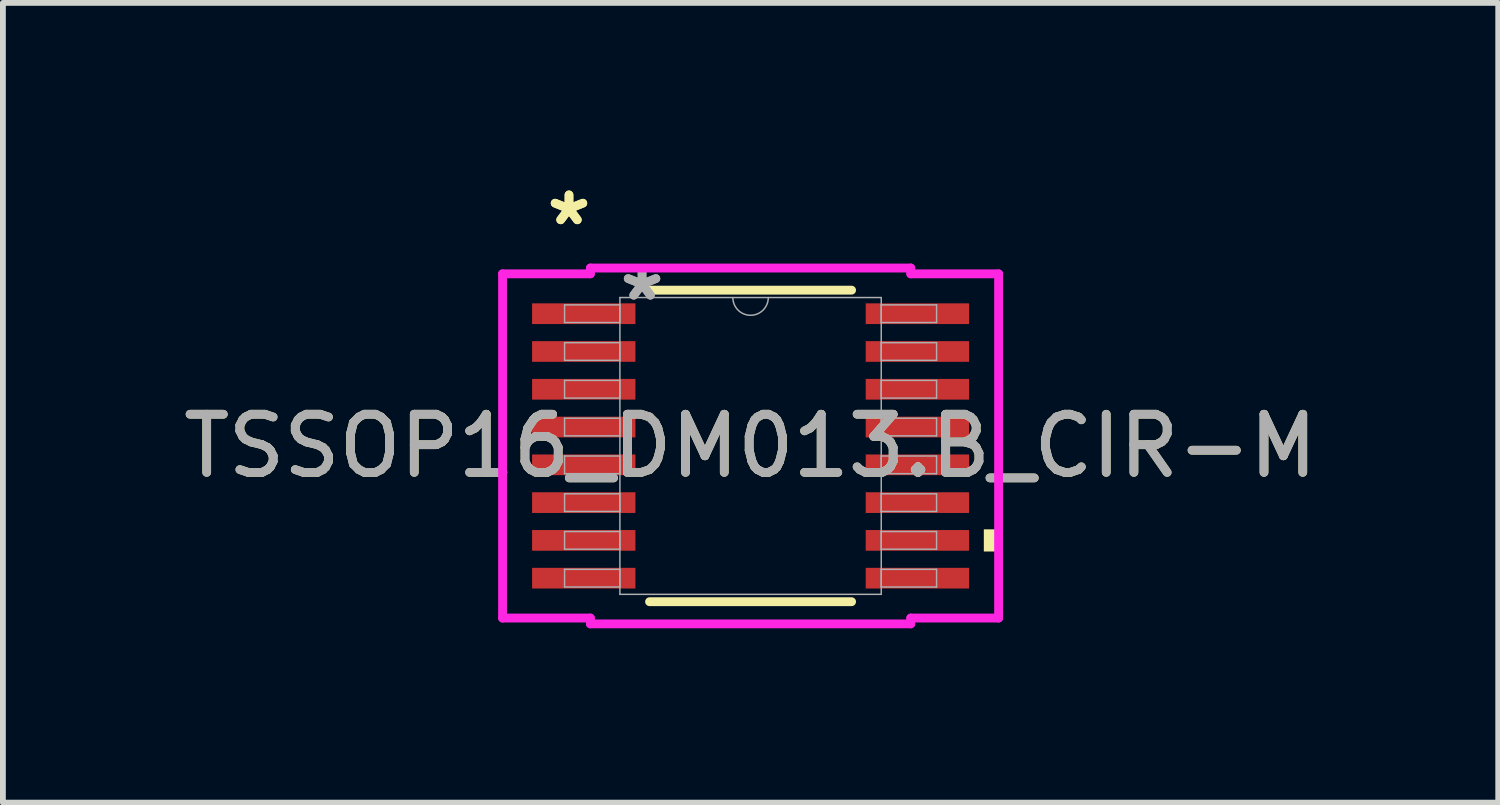
<source format=kicad_pcb>
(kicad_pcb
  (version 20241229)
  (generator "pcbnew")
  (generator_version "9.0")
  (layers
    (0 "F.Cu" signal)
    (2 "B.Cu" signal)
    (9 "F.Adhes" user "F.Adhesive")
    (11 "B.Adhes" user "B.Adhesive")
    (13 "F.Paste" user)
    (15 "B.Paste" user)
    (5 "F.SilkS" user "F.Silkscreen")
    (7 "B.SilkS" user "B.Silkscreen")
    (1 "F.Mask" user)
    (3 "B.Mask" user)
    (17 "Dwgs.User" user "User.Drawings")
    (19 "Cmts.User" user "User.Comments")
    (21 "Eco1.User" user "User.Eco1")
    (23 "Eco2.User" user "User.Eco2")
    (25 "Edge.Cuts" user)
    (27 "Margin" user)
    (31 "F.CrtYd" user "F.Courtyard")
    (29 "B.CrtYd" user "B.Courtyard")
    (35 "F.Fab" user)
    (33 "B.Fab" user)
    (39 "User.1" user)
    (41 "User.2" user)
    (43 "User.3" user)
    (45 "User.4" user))
  (footprint "TSSOP16_DM013.B_CIR-M"
    (layer "F.Cu")
    (at 9.863 4.622)
    (property "Reference" "TSSOP16_DM013.B_CIR-M" (at 0 0 0) (unlocked yes) (layer "F.SilkS") (effects (font (size 1 1) (thickness 0.15))))
    (attr smd)
    (fp_line (start -1.738 2.68) (end 1.738 2.68) (stroke (width 0.152) (type solid)) (layer "F.SilkS"))
    (fp_line (start 1.738 -2.68) (end -1.738 -2.68) (stroke (width 0.152) (type solid)) (layer "F.SilkS"))
    (fp_poly (pts (xy 4.267 1.435) (xy 4.267 1.816) (xy 4.013 1.816) (xy 4.013 1.435)) (stroke (width 0) (type solid)) (fill yes) (layer "F.SilkS"))
    (fp_line (start -4.267 -2.961) (end -2.756 -2.961) (stroke (width 0.152) (type solid)) (layer "F.CrtYd"))
    (fp_line (start -4.267 2.961) (end -4.267 -2.961) (stroke (width 0.152) (type solid)) (layer "F.CrtYd"))
    (fp_line (start -4.267 2.961) (end -2.756 2.961) (stroke (width 0.152) (type solid)) (layer "F.CrtYd"))
    (fp_line (start -2.756 -3.061) (end 2.756 -3.061) (stroke (width 0.152) (type solid)) (layer "F.CrtYd"))
    (fp_line (start -2.756 -2.961) (end -2.756 -3.061) (stroke (width 0.152) (type solid)) (layer "F.CrtYd"))
    (fp_line (start -2.756 3.061) (end -2.756 2.961) (stroke (width 0.152) (type solid)) (layer "F.CrtYd"))
    (fp_line (start 2.756 -3.061) (end 2.756 -2.961) (stroke (width 0.152) (type solid)) (layer "F.CrtYd"))
    (fp_line (start 2.756 2.961) (end 2.756 3.061) (stroke (width 0.152) (type solid)) (layer "F.CrtYd"))
    (fp_line (start 2.756 3.061) (end -2.756 3.061) (stroke (width 0.152) (type solid)) (layer "F.CrtYd"))
    (fp_line (start 4.267 -2.961) (end 2.756 -2.961) (stroke (width 0.152) (type solid)) (layer "F.CrtYd"))
    (fp_line (start 4.267 -2.961) (end 4.267 2.961) (stroke (width 0.152) (type solid)) (layer "F.CrtYd"))
    (fp_line (start 4.267 2.961) (end 2.756 2.961) (stroke (width 0.152) (type solid)) (layer "F.CrtYd"))
    (fp_line (start -3.2 -2.427) (end -3.2 -2.123) (stroke (width 0.025) (type solid)) (layer "F.Fab"))
    (fp_line (start -3.2 -2.123) (end -2.248 -2.123) (stroke (width 0.025) (type solid)) (layer "F.Fab"))
    (fp_line (start -3.2 -1.777) (end -3.2 -1.473) (stroke (width 0.025) (type solid)) (layer "F.Fab"))
    (fp_line (start -3.2 -1.473) (end -2.248 -1.473) (stroke (width 0.025) (type solid)) (layer "F.Fab"))
    (fp_line (start -3.2 -1.127) (end -3.2 -0.823) (stroke (width 0.025) (type solid)) (layer "F.Fab"))
    (fp_line (start -3.2 -0.823) (end -2.248 -0.823) (stroke (width 0.025) (type solid)) (layer "F.Fab"))
    (fp_line (start -3.2 -0.477) (end -3.2 -0.173) (stroke (width 0.025) (type solid)) (layer "F.Fab"))
    (fp_line (start -3.2 -0.173) (end -2.248 -0.173) (stroke (width 0.025) (type solid)) (layer "F.Fab"))
    (fp_line (start -3.2 0.173) (end -3.2 0.477) (stroke (width 0.025) (type solid)) (layer "F.Fab"))
    (fp_line (start -3.2 0.477) (end -2.248 0.477) (stroke (width 0.025) (type solid)) (layer "F.Fab"))
    (fp_line (start -3.2 0.823) (end -3.2 1.127) (stroke (width 0.025) (type solid)) (layer "F.Fab"))
    (fp_line (start -3.2 1.127) (end -2.248 1.127) (stroke (width 0.025) (type solid)) (layer "F.Fab"))
    (fp_line (start -3.2 1.473) (end -3.2 1.777) (stroke (width 0.025) (type solid)) (layer "F.Fab"))
    (fp_line (start -3.2 1.777) (end -2.248 1.777) (stroke (width 0.025) (type solid)) (layer "F.Fab"))
    (fp_line (start -3.2 2.123) (end -3.2 2.427) (stroke (width 0.025) (type solid)) (layer "F.Fab"))
    (fp_line (start -3.2 2.427) (end -2.248 2.427) (stroke (width 0.025) (type solid)) (layer "F.Fab"))
    (fp_line (start -2.248 -2.553) (end -2.248 2.553) (stroke (width 0.025) (type solid)) (layer "F.Fab"))
    (fp_line (start -2.248 -2.427) (end -3.2 -2.427) (stroke (width 0.025) (type solid)) (layer "F.Fab"))
    (fp_line (start -2.248 -2.123) (end -2.248 -2.427) (stroke (width 0.025) (type solid)) (layer "F.Fab"))
    (fp_line (start -2.248 -1.777) (end -3.2 -1.777) (stroke (width 0.025) (type solid)) (layer "F.Fab"))
    (fp_line (start -2.248 -1.473) (end -2.248 -1.777) (stroke (width 0.025) (type solid)) (layer "F.Fab"))
    (fp_line (start -2.248 -1.127) (end -3.2 -1.127) (stroke (width 0.025) (type solid)) (layer "F.Fab"))
    (fp_line (start -2.248 -0.823) (end -2.248 -1.127) (stroke (width 0.025) (type solid)) (layer "F.Fab"))
    (fp_line (start -2.248 -0.477) (end -3.2 -0.477) (stroke (width 0.025) (type solid)) (layer "F.Fab"))
    (fp_line (start -2.248 -0.173) (end -2.248 -0.477) (stroke (width 0.025) (type solid)) (layer "F.Fab"))
    (fp_line (start -2.248 0.173) (end -3.2 0.173) (stroke (width 0.025) (type solid)) (layer "F.Fab"))
    (fp_line (start -2.248 0.477) (end -2.248 0.173) (stroke (width 0.025) (type solid)) (layer "F.Fab"))
    (fp_line (start -2.248 0.823) (end -3.2 0.823) (stroke (width 0.025) (type solid)) (layer "F.Fab"))
    (fp_line (start -2.248 1.127) (end -2.248 0.823) (stroke (width 0.025) (type solid)) (layer "F.Fab"))
    (fp_line (start -2.248 1.473) (end -3.2 1.473) (stroke (width 0.025) (type solid)) (layer "F.Fab"))
    (fp_line (start -2.248 1.777) (end -2.248 1.473) (stroke (width 0.025) (type solid)) (layer "F.Fab"))
    (fp_line (start -2.248 2.123) (end -3.2 2.123) (stroke (width 0.025) (type solid)) (layer "F.Fab"))
    (fp_line (start -2.248 2.427) (end -2.248 2.123) (stroke (width 0.025) (type solid)) (layer "F.Fab"))
    (fp_line (start -2.248 2.553) (end 2.248 2.553) (stroke (width 0.025) (type solid)) (layer "F.Fab"))
    (fp_line (start 2.248 -2.553) (end -2.248 -2.553) (stroke (width 0.025) (type solid)) (layer "F.Fab"))
    (fp_line (start 2.248 -2.427) (end 2.248 -2.123) (stroke (width 0.025) (type solid)) (layer "F.Fab"))
    (fp_line (start 2.248 -2.123) (end 3.2 -2.123) (stroke (width 0.025) (type solid)) (layer "F.Fab"))
    (fp_line (start 2.248 -1.777) (end 2.248 -1.473) (stroke (width 0.025) (type solid)) (layer "F.Fab"))
    (fp_line (start 2.248 -1.473) (end 3.2 -1.473) (stroke (width 0.025) (type solid)) (layer "F.Fab"))
    (fp_line (start 2.248 -1.127) (end 2.248 -0.823) (stroke (width 0.025) (type solid)) (layer "F.Fab"))
    (fp_line (start 2.248 -0.823) (end 3.2 -0.823) (stroke (width 0.025) (type solid)) (layer "F.Fab"))
    (fp_line (start 2.248 -0.477) (end 2.248 -0.173) (stroke (width 0.025) (type solid)) (layer "F.Fab"))
    (fp_line (start 2.248 -0.173) (end 3.2 -0.173) (stroke (width 0.025) (type solid)) (layer "F.Fab"))
    (fp_line (start 2.248 0.173) (end 2.248 0.477) (stroke (width 0.025) (type solid)) (layer "F.Fab"))
    (fp_line (start 2.248 0.477) (end 3.2 0.477) (stroke (width 0.025) (type solid)) (layer "F.Fab"))
    (fp_line (start 2.248 0.823) (end 2.248 1.127) (stroke (width 0.025) (type solid)) (layer "F.Fab"))
    (fp_line (start 2.248 1.127) (end 3.2 1.127) (stroke (width 0.025) (type solid)) (layer "F.Fab"))
    (fp_line (start 2.248 1.473) (end 2.248 1.777) (stroke (width 0.025) (type solid)) (layer "F.Fab"))
    (fp_line (start 2.248 1.777) (end 3.2 1.777) (stroke (width 0.025) (type solid)) (layer "F.Fab"))
    (fp_line (start 2.248 2.123) (end 2.248 2.427) (stroke (width 0.025) (type solid)) (layer "F.Fab"))
    (fp_line (start 2.248 2.427) (end 3.2 2.427) (stroke (width 0.025) (type solid)) (layer "F.Fab"))
    (fp_line (start 2.248 2.553) (end 2.248 -2.553) (stroke (width 0.025) (type solid)) (layer "F.Fab"))
    (fp_line (start 3.2 -2.427) (end 2.248 -2.427) (stroke (width 0.025) (type solid)) (layer "F.Fab"))
    (fp_line (start 3.2 -2.123) (end 3.2 -2.427) (stroke (width 0.025) (type solid)) (layer "F.Fab"))
    (fp_line (start 3.2 -1.777) (end 2.248 -1.777) (stroke (width 0.025) (type solid)) (layer "F.Fab"))
    (fp_line (start 3.2 -1.473) (end 3.2 -1.777) (stroke (width 0.025) (type solid)) (layer "F.Fab"))
    (fp_line (start 3.2 -1.127) (end 2.248 -1.127) (stroke (width 0.025) (type solid)) (layer "F.Fab"))
    (fp_line (start 3.2 -0.823) (end 3.2 -1.127) (stroke (width 0.025) (type solid)) (layer "F.Fab"))
    (fp_line (start 3.2 -0.477) (end 2.248 -0.477) (stroke (width 0.025) (type solid)) (layer "F.Fab"))
    (fp_line (start 3.2 -0.173) (end 3.2 -0.477) (stroke (width 0.025) (type solid)) (layer "F.Fab"))
    (fp_line (start 3.2 0.173) (end 2.248 0.173) (stroke (width 0.025) (type solid)) (layer "F.Fab"))
    (fp_line (start 3.2 0.477) (end 3.2 0.173) (stroke (width 0.025) (type solid)) (layer "F.Fab"))
    (fp_line (start 3.2 0.823) (end 2.248 0.823) (stroke (width 0.025) (type solid)) (layer "F.Fab"))
    (fp_line (start 3.2 1.127) (end 3.2 0.823) (stroke (width 0.025) (type solid)) (layer "F.Fab"))
    (fp_line (start 3.2 1.473) (end 2.248 1.473) (stroke (width 0.025) (type solid)) (layer "F.Fab"))
    (fp_line (start 3.2 1.777) (end 3.2 1.473) (stroke (width 0.025) (type solid)) (layer "F.Fab"))
    (fp_line (start 3.2 2.123) (end 2.248 2.123) (stroke (width 0.025) (type solid)) (layer "F.Fab"))
    (fp_line (start 3.2 2.427) (end 3.2 2.123) (stroke (width 0.025) (type solid)) (layer "F.Fab"))
    (fp_arc (start 0.3048 -2.5527) (mid 0 -2.2479) (end -0.3048 -2.5527) (stroke (width 0.0254) (type solid)) (layer "F.Fab"))
    (fp_text user "*" (at -3.124 -3.774 0) (unlocked yes) (layer "F.SilkS") (effects (font (size 1 1) (thickness 0.15))))
    (fp_text user "*" (at -3.124 -3.774 0) (layer "F.SilkS") (effects (font (size 1 1) (thickness 0.15))))
    (fp_text user "${REFERENCE}" (at 0 0 0) (unlocked yes) (layer "F.Fab") (effects (font (size 1 1) (thickness 0.15))))
    (fp_text user "*" (at -1.867 -2.477 0) (layer "F.Fab") (effects (font (size 1 1) (thickness 0.15))))
    (fp_text user "*" (at -1.867 -2.477 0) (unlocked yes) (layer "F.Fab") (effects (font (size 1 1) (thickness 0.15))))
    (pad "1" smd rect (at -2.87 -2.275) (size 1.778 0.356) (layers "F.Cu" "F.Mask" "F.Paste"))
    (pad "2" smd rect (at -2.87 -1.625) (size 1.778 0.356) (layers "F.Cu" "F.Mask" "F.Paste"))
    (pad "3" smd rect (at -2.87 -0.975) (size 1.778 0.356) (layers "F.Cu" "F.Mask" "F.Paste"))
    (pad "4" smd rect (at -2.87 -0.325) (size 1.778 0.356) (layers "F.Cu" "F.Mask" "F.Paste"))
    (pad "5" smd rect (at -2.87 0.325) (size 1.778 0.356) (layers "F.Cu" "F.Mask" "F.Paste"))
    (pad "6" smd rect (at -2.87 0.975) (size 1.778 0.356) (layers "F.Cu" "F.Mask" "F.Paste"))
    (pad "7" smd rect (at -2.87 1.625) (size 1.778 0.356) (layers "F.Cu" "F.Mask" "F.Paste"))
    (pad "8" smd rect (at -2.87 2.275) (size 1.778 0.356) (layers "F.Cu" "F.Mask" "F.Paste"))
    (pad "9" smd rect (at 2.87 2.275) (size 1.778 0.356) (layers "F.Cu" "F.Mask" "F.Paste"))
    (pad "10" smd rect (at 2.87 1.625) (size 1.778 0.356) (layers "F.Cu" "F.Mask" "F.Paste"))
    (pad "11" smd rect (at 2.87 0.975) (size 1.778 0.356) (layers "F.Cu" "F.Mask" "F.Paste"))
    (pad "12" smd rect (at 2.87 0.325) (size 1.778 0.356) (layers "F.Cu" "F.Mask" "F.Paste"))
    (pad "13" smd rect (at 2.87 -0.325) (size 1.778 0.356) (layers "F.Cu" "F.Mask" "F.Paste"))
    (pad "14" smd rect (at 2.87 -0.975) (size 1.778 0.356) (layers "F.Cu" "F.Mask" "F.Paste"))
    (pad "15" smd rect (at 2.87 -1.625) (size 1.778 0.356) (layers "F.Cu" "F.Mask" "F.Paste"))
    (pad "16" smd rect (at 2.87 -2.275) (size 1.778 0.356) (layers "F.Cu" "F.Mask" "F.Paste")))
  (gr_rect
    (start -3 -3)
    (end 22.726 10.759)
    (stroke (width 0.1) (type default))
    (fill no)
    (layer "Edge.Cuts")))
</source>
